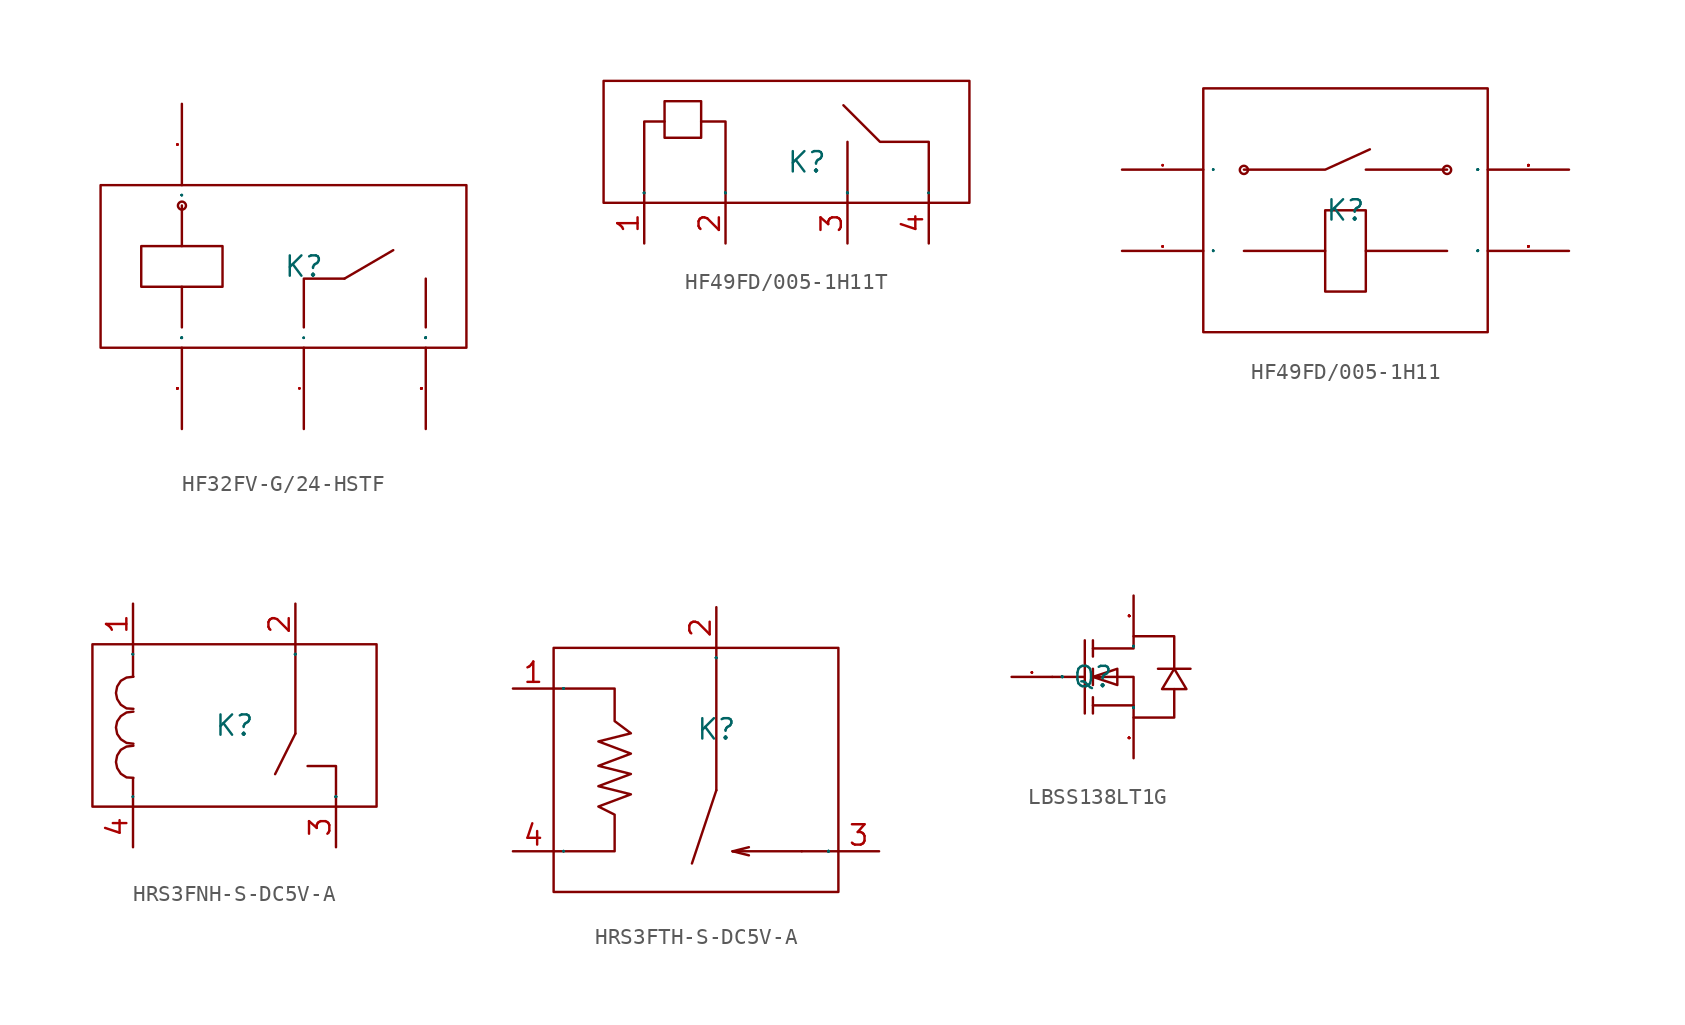
<source format=kicad_sym>
(kicad_symbol_lib
  (version 20231120)
  (generator "kicad_symbol_editor")
  (generator_version "8.0")
  (symbol "HF32FV-G/24-HSTF"
    (property "Reference" "K"
      (at 0 0 0)
      (effects (font (size 1.27 1.27))))
    (property "Value" ""
      (at 0 0 0)
      (effects (font (size 1.27 1.27))))
    (symbol "HF32FV-G/24-HSTF_1_0"
      (rectangle (start -12.7 -5.08) (end 10.16 5.08) (stroke (width 0) (type default)) (fill (type none)))
      (arc (start -7.366 -3.81) (mid -7.874 -3.81) (end -7.366 -3.81) (stroke (width 0) (type default)) (fill (type none)))
      (arc (start -7.366 3.81) (mid -7.8743 3.7973) (end -7.366 3.7846) (stroke (width 0) (type default)) (fill (type none)))
      (polyline (pts (xy -7.62 -1.27) (xy -7.62 -3.81)) (stroke (width 0) (type default)) (fill (type none)))
      (polyline (pts (xy -7.62 3.81) (xy -7.62 1.27)) (stroke (width 0) (type default)) (fill (type none)))
      (polyline (pts (xy 2.54 -0.762) (xy 5.588 1.016)) (stroke (width 0) (type default)) (fill (type none)))
      (polyline (pts (xy 7.62 -3.81) (xy 7.62 -0.762)) (stroke (width 0) (type default)) (fill (type none)))
      (polyline (pts (xy 0 -3.81) (xy 0 -0.762) (xy 0 -0.762) (xy 2.54 -0.762)) (stroke (width 0) (type default)) (fill (type none)))
      (polyline (pts (xy -10.16 -1.27) (xy -10.16 1.27) (xy -10.16 1.27) (xy -5.08 1.27) (xy -5.08 1.27) (xy -5.08 -1.27) (xy -5.08 -1.27) (xy -10.16 -1.27)) (stroke (width 0) (type default)) (fill (type none)))
      (arc (start 0.254 -3.81) (mid -0.254 -3.81) (end 0.254 -3.81) (stroke (width 0) (type default)) (fill (type none)))
      (arc (start 7.874 -3.81) (mid 7.366 -3.81) (end 7.874 -3.81) (stroke (width 0) (type default)) (fill (type none)))
      (pin input line (at -7.62 10.16 270) (length 5.08) (name "1" (effects (font (size 0.025 0.025)))) (number "1" (effects (font (size 0.025 0.025)))))
      (pin input line (at -7.62 -10.16 90) (length 5.08) (name "2" (effects (font (size 0.025 0.025)))) (number "2" (effects (font (size 0.025 0.025)))))
      (pin input line (at 7.62 -10.16 90) (length 5.08) (name "3" (effects (font (size 0.025 0.025)))) (number "3" (effects (font (size 0.025 0.025)))))
      (pin input line (at 0 -10.16 90) (length 5.08) (name "4" (effects (font (size 0.025 0.025)))) (number "4" (effects (font (size 0.025 0.025)))))))
  (symbol "HF49FD/005-1H11T"
    (property "Reference" "K"
      (at 0 0 0)
      (effects (font (size 1.27 1.27))))
    (property "Value" ""
      (at 0 0 0)
      (effects (font (size 1.27 1.27))))
    (symbol "HF49FD/005-1H11T_1_0"
      (rectangle (start -12.7 -2.54) (end 10.16 5.08) (stroke (width 0) (type default)) (fill (type none)))
      (rectangle (start -8.89 1.524) (end -6.604 3.81) (stroke (width 0) (type default)) (fill (type none)))
      (polyline (pts (xy 2.54 -2.54) (xy 2.54 1.27)) (stroke (width 0) (type default)) (fill (type none)))
      (polyline (pts (xy -8.89 2.54) (xy -10.16 2.54) (xy -10.16 2.54) (xy -10.16 -2.54)) (stroke (width 0) (type default)) (fill (type none)))
      (polyline (pts (xy -6.604 2.54) (xy -5.08 2.54) (xy -5.08 2.54) (xy -5.08 -2.54)) (stroke (width 0) (type default)) (fill (type none)))
      (polyline (pts (xy 7.62 -2.54) (xy 7.62 1.27) (xy 7.62 1.27) (xy 4.572 1.27) (xy 4.572 1.27) (xy 2.286 3.556)) (stroke (width 0) (type default)) (fill (type none)))
      (pin input line (at -10.16 -5.08 90) (length 2.54) (name "1" (effects (font (size 0.025 0.025)))) (number "1" (effects (font (size 1.27 1.27)))))
      (pin input line (at -5.08 -5.08 90) (length 2.54) (name "2" (effects (font (size 0.025 0.025)))) (number "2" (effects (font (size 1.27 1.27)))))
      (pin input line (at 2.54 -5.08 90) (length 2.54) (name "3" (effects (font (size 0.025 0.025)))) (number "3" (effects (font (size 1.27 1.27)))))
      (pin input line (at 7.62 -5.08 90) (length 2.54) (name "4" (effects (font (size 0.025 0.025)))) (number "4" (effects (font (size 1.27 1.27)))))))
  (symbol "HF49FD/005-1H11"
    (property "Reference" "K"
      (at 0 0 0)
      (effects (font (size 1.27 1.27))))
    (property "Value" ""
      (at 0 0 0)
      (effects (font (size 1.27 1.27))))
    (symbol "HF49FD/005-1H11_1_0"
      (rectangle (start -8.89 -7.62) (end 8.89 7.62) (stroke (width 0) (type default)) (fill (type none)))
      (arc (start -6.096 -2.54) (mid -6.604 -2.54) (end -6.096 -2.54) (stroke (width 0) (type default)) (fill (type none)))
      (arc (start -6.096 2.54) (mid -6.6043 2.5273) (end -6.096 2.5146) (stroke (width 0) (type default)) (fill (type none)))
      (polyline (pts (xy -1.27 -2.54) (xy -6.35 -2.54)) (stroke (width 0) (type default)) (fill (type none)))
      (polyline (pts (xy 6.35 -2.54) (xy 1.27 -2.54)) (stroke (width 0) (type default)) (fill (type none)))
      (polyline (pts (xy 6.35 2.54) (xy 1.27 2.54)) (stroke (width 0) (type default)) (fill (type none)))
      (polyline (pts (xy -6.35 2.54) (xy -1.27 2.54) (xy -1.27 2.54) (xy 1.524 3.81)) (stroke (width 0) (type default)) (fill (type none)))
      (polyline (pts (xy -1.27 -5.08) (xy 1.27 -5.08) (xy 1.27 -5.08) (xy 1.27 0) (xy 1.27 0) (xy -1.27 0) (xy -1.27 0) (xy -1.27 -5.08)) (stroke (width 0) (type default)) (fill (type none)))
      (arc (start 6.604 -2.54) (mid 6.096 -2.54) (end 6.604 -2.54) (stroke (width 0) (type default)) (fill (type none)))
      (arc (start 6.604 2.54) (mid 6.0955 2.5273) (end 6.604 2.5146) (stroke (width 0) (type default)) (fill (type none)))
      (pin input line (at -13.97 -2.54 0) (length 5.08) (name "1" (effects (font (size 0.025 0.025)))) (number "1" (effects (font (size 0.025 0.025)))))
      (pin input line (at 13.97 -2.54 180) (length 5.08) (name "2" (effects (font (size 0.025 0.025)))) (number "2" (effects (font (size 0.025 0.025)))))
      (pin input line (at 13.97 2.54 180) (length 5.08) (name "3" (effects (font (size 0.025 0.025)))) (number "3" (effects (font (size 0.025 0.025)))))
      (pin input line (at -13.97 2.54 0) (length 5.08) (name "4" (effects (font (size 0.025 0.025)))) (number "4" (effects (font (size 0.025 0.025)))))))
  (symbol "HRS3FNH-S-DC5V-A"
    (property "Reference" "K"
      (at 0 0 0)
      (effects (font (size 1.27 1.27))))
    (property "Value" ""
      (at 0 0 0)
      (effects (font (size 1.27 1.27))))
    (symbol "HRS3FNH-S-DC5V-A_1_0"
      (rectangle (start -8.89 -5.08) (end 8.89 5.08) (stroke (width 0) (type default)) (fill (type none)))
      (polyline (pts (xy -6.35 -3.302) (xy -6.35 -5.08)) (stroke (width 0) (type default)) (fill (type none)))
      (polyline (pts (xy -6.35 3.048) (xy -6.35 5.08)) (stroke (width 0) (type default)) (fill (type none)))
      (polyline (pts (xy 3.81 5.08) (xy 3.81 -0.508)) (stroke (width 0) (type default)) (fill (type none)))
      (polyline (pts (xy 3.81 -0.508) (xy 2.54 -3.048) (xy 2.54 -3.048) (xy 2.54 -3.048)) (stroke (width 0) (type default)) (fill (type none)))
      (polyline (pts (xy 6.35 -5.08) (xy 6.35 -2.54) (xy 6.35 -2.54) (xy 4.572 -2.54)) (stroke (width 0) (type default)) (fill (type none)))
      (polyline (pts (xy -6.325 -3.277) (xy -6.756 -3.251) (xy -6.756 -3.251) (xy -7.112 -3.023) (xy -7.112 -3.023) (xy -7.341 -2.667) (xy -7.341 -2.667) (xy -7.417 -2.286) (xy -7.417 -2.286) (xy -7.341 -1.88) (xy -7.341 -1.88) (xy -7.112 -1.524) (xy -7.112 -1.524) (xy -6.756 -1.321) (xy -6.756 -1.321) (xy -6.325 -1.27)) (stroke (width 0) (type default)) (fill (type none)))
      (polyline (pts (xy -6.325 -1.143) (xy -6.756 -1.092) (xy -6.756 -1.092) (xy -7.112 -0.864) (xy -7.112 -0.864) (xy -7.341 -0.533) (xy -7.341 -0.533) (xy -7.417 -0.127) (xy -7.417 -0.127) (xy -7.341 0.254) (xy -7.341 0.254) (xy -7.112 0.584) (xy -7.112 0.584) (xy -6.756 0.813) (xy -6.756 0.813) (xy -6.325 0.864)) (stroke (width 0) (type default)) (fill (type none)))
      (polyline (pts (xy -6.325 1.041) (xy -6.756 1.067) (xy -6.756 1.067) (xy -7.112 1.295) (xy -7.112 1.295) (xy -7.341 1.651) (xy -7.341 1.651) (xy -7.417 2.032) (xy -7.417 2.032) (xy -7.341 2.438) (xy -7.341 2.438) (xy -7.112 2.794) (xy -7.112 2.794) (xy -6.756 2.997) (xy -6.756 2.997) (xy -6.325 3.048)) (stroke (width 0) (type default)) (fill (type none)))
      (pin input line (at -6.35 7.62 270) (length 2.54) (name "1" (effects (font (size 0.025 0.025)))) (number "1" (effects (font (size 1.27 1.27)))))
      (pin input line (at 3.81 7.62 270) (length 2.54) (name "2" (effects (font (size 0.025 0.025)))) (number "2" (effects (font (size 1.27 1.27)))))
      (pin input line (at 6.35 -7.62 90) (length 2.54) (name "3" (effects (font (size 0.025 0.025)))) (number "3" (effects (font (size 1.27 1.27)))))
      (pin input line (at -6.35 -7.62 90) (length 2.54) (name "4" (effects (font (size 0.025 0.025)))) (number "4" (effects (font (size 1.27 1.27)))))))
  (symbol "HRS3FTH-S-DC5V-A"
    (property "Reference" "K"
      (at 0 0 0)
      (effects (font (size 1.27 1.27))))
    (property "Value" ""
      (at 0 0 0)
      (effects (font (size 1.27 1.27))))
    (symbol "HRS3FTH-S-DC5V-A_1_0"
      (rectangle (start -10.16 -10.16) (end 7.62 5.08) (stroke (width 0) (type default)) (fill (type none)))
      (polyline (pts (xy 0 -3.81) (xy -1.524 -8.382)) (stroke (width 0) (type default)) (fill (type none)))
      (polyline (pts (xy 0 5.08) (xy 0 -3.81)) (stroke (width 0) (type default)) (fill (type none)))
      (polyline (pts (xy 1.016 -7.62) (xy 2.032 -7.874)) (stroke (width 0) (type default)) (fill (type none)))
      (polyline (pts (xy 1.016 -7.62) (xy 2.032 -7.366)) (stroke (width 0) (type default)) (fill (type none)))
      (polyline (pts (xy 5.334 -7.62) (xy 1.016 -7.62)) (stroke (width 0) (type default)) (fill (type none)))
      (polyline (pts (xy 5.334 -7.62) (xy 7.62 -7.62)) (stroke (width 0) (type default)) (fill (type none)))
      (polyline (pts (xy -10.16 2.54) (xy -6.35 2.54) (xy -6.35 2.54) (xy -6.35 0.508) (xy -6.35 0.508) (xy -5.334 -0.254) (xy -5.334 -0.254) (xy -7.366 -0.762) (xy -7.366 -0.762) (xy -5.334 -1.524) (xy -5.334 -1.524) (xy -7.366 -2.286) (xy -7.366 -2.286) (xy -5.334 -2.794) (xy -5.334 -2.794) (xy -7.366 -3.556) (xy -7.366 -3.556) (xy -5.334 -4.064) (xy -5.334 -4.064) (xy -7.366 -4.826) (xy -7.366 -4.826) (xy -6.35 -5.334) (xy -6.35 -5.334) (xy -6.35 -7.62) (xy -6.35 -7.62) (xy -10.16 -7.62)) (stroke (width 0) (type default)) (fill (type none)))
      (pin input line (at -12.7 2.54 0) (length 2.54) (name "1" (effects (font (size 0.025 0.025)))) (number "1" (effects (font (size 1.27 1.27)))))
      (pin input line (at 0 7.62 270) (length 2.54) (name "2" (effects (font (size 0.025 0.025)))) (number "2" (effects (font (size 1.27 1.27)))))
      (pin input line (at 10.16 -7.62 180) (length 2.54) (name "3" (effects (font (size 0.025 0.025)))) (number "3" (effects (font (size 1.27 1.27)))))
      (pin input line (at -12.7 -7.62 0) (length 2.54) (name "4" (effects (font (size 0.025 0.025)))) (number "4" (effects (font (size 1.27 1.27)))))))
  (symbol "LBSS138LT1G"
    (property "Reference" "Q"
      (at 0 0 0)
      (effects (font (size 1.27 1.27))))
    (property "Value" ""
      (at 0 0 0)
      (effects (font (size 1.27 1.27))))
    (symbol "LBSS138LT1G_1_0"
      (polyline (pts (xy -2.54 0) (xy -0.508 0)) (stroke (width 0) (type default)) (fill (type none)))
      (polyline (pts (xy -0.508 2.286) (xy -0.508 -2.286)) (stroke (width 0) (type default)) (fill (type none)))
      (polyline (pts (xy 0 -2.286) (xy 0 -1.27)) (stroke (width 0) (type default)) (fill (type none)))
      (polyline (pts (xy 0 -0.508) (xy 0 0.508)) (stroke (width 0) (type default)) (fill (type none)))
      (polyline (pts (xy 0 2.286) (xy 0 1.27)) (stroke (width 0) (type default)) (fill (type none)))
      (polyline (pts (xy 2.54 -1.778) (xy 0 -1.778)) (stroke (width 0) (type default)) (fill (type none)))
      (polyline (pts (xy 0 0) (xy 1.524 -0.508) (xy 1.524 -0.508) (xy 1.524 0.508) (xy 1.524 0.508) (xy 0 0)) (stroke (width 0) (type default)) (fill (type none)))
      (polyline (pts (xy 5.08 0.508) (xy 4.318 -0.762) (xy 4.318 -0.762) (xy 5.842 -0.762) (xy 5.842 -0.762) (xy 5.08 0.508)) (stroke (width 0) (type default)) (fill (type none)))
      (polyline (pts (xy 6.096 0.508) (xy 5.588 0.508) (xy 5.588 0.508) (xy 4.572 0.508) (xy 4.572 0.508) (xy 4.064 0.508)) (stroke (width 0) (type default)) (fill (type none)))
      (polyline (pts (xy 0 0) (xy 2.54 0) (xy 2.54 0) (xy 2.54 -2.54) (xy 2.54 -2.54) (xy 5.08 -2.54) (xy 5.08 -2.54) (xy 5.08 -0.762)) (stroke (width 0) (type default)) (fill (type none)))
      (polyline (pts (xy 0 1.778) (xy 2.54 1.778) (xy 2.54 1.778) (xy 2.54 2.54) (xy 2.54 2.54) (xy 5.08 2.54) (xy 5.08 2.54) (xy 5.08 0.508)) (stroke (width 0) (type default)) (fill (type none)))
      (pin input line (at -5.08 0 0) (length 2.54) (name "G" (effects (font (size 0.025 0.025)))) (number "1" (effects (font (size 0.025 0.025)))))
      (pin input line (at 2.54 -5.08 90) (length 2.54) (name "S" (effects (font (size 0.025 0.025)))) (number "2" (effects (font (size 0.025 0.025)))))
      (pin input line (at 2.54 5.08 270) (length 2.54) (name "D" (effects (font (size 0.025 0.025)))) (number "3" (effects (font (size 0.025 0.025))))))))
</source>
